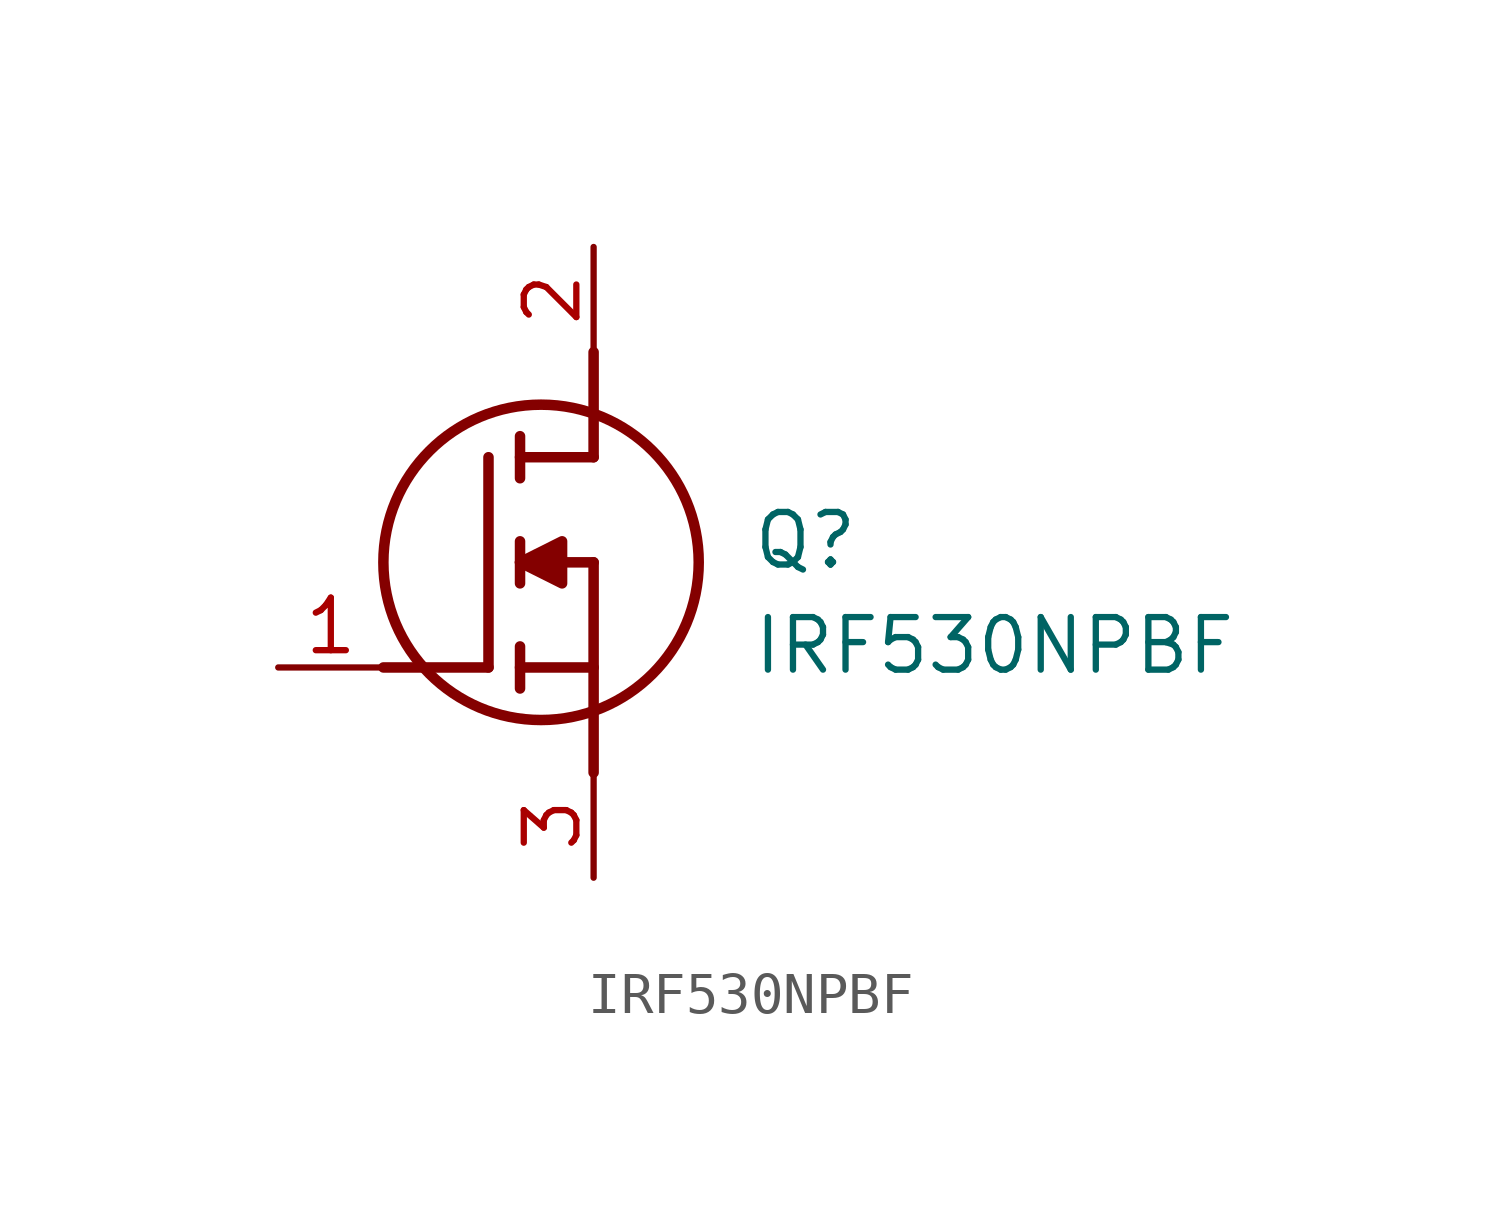
<source format=kicad_sym>
(kicad_symbol_lib
  (version 20211014)
  (generator SamacSys_ECAD_Model)
  (symbol "IRF530NPBF"
    (pin_names hide)
    (property "Reference" "Q"
      (at 11.43 3.81 0)
      (effects (font (size 1.27 1.27)) (justify left top)))
    (property "Value" "IRF530NPBF"
      (at 11.43 1.27 0)
      (effects (font (size 1.27 1.27)) (justify left top)))
    (polyline
      (pts (xy 7.62 2.54) (xy 7.62 -2.54))
      (stroke (width 0.254) (type default))
      (fill (type none)))
    (polyline
      (pts (xy 7.62 5.08) (xy 7.62 7.62))
      (stroke (width 0.254) (type default))
      (fill (type none)))
    (polyline
      (pts (xy 2.54 0) (xy 5.08 0))
      (stroke (width 0.254) (type default))
      (fill (type none)))
    (polyline
      (pts (xy 5.08 5.08) (xy 5.08 0))
      (stroke (width 0.254) (type default))
      (fill (type none)))
    (polyline
      (pts (xy 7.62 2.54) (xy 5.842 2.54))
      (stroke (width 0.254) (type default))
      (fill (type none)))
    (polyline
      (pts (xy 7.62 5.08) (xy 5.842 5.08))
      (stroke (width 0.254) (type default))
      (fill (type none)))
    (polyline
      (pts (xy 5.842 0) (xy 7.62 0))
      (stroke (width 0.254) (type default))
      (fill (type none)))
    (polyline
      (pts (xy 5.842 5.588) (xy 5.842 4.572))
      (stroke (width 0.254) (type default))
      (fill (type none)))
    (polyline
      (pts (xy 5.842 -0.508) (xy 5.842 0.508))
      (stroke (width 0.254) (type default))
      (fill (type none)))
    (polyline
      (pts (xy 5.842 2.032) (xy 5.842 3.048))
      (stroke (width 0.254) (type default))
      (fill (type none)))
    (circle
      (center 6.35 2.54)
      (radius 3.81)
      (stroke (width 0.254) (type default))
      (fill (type none)))
    (polyline
      (pts (xy 5.842 2.54) (xy 6.858 3.048) (xy 6.858 2.032) (xy 5.842 2.54))
      (stroke (width 0.254) (type default))
      (fill (type outline)))
    (pin passive line
      (at 0 0 0)
      (length 2.54)
      (name "G" (effects (font (size 1.27 1.27))))
      (number "1" (effects (font (size 1.27 1.27)))))
    (pin passive line
      (at 7.62 10.16 270)
      (length 2.54)
      (name "D" (effects (font (size 1.27 1.27))))
      (number "2" (effects (font (size 1.27 1.27)))))
    (pin passive line
      (at 7.62 -5.08 90)
      (length 2.54)
      (name "S" (effects (font (size 1.27 1.27))))
      (number "3" (effects (font (size 1.27 1.27)))))))
</source>
